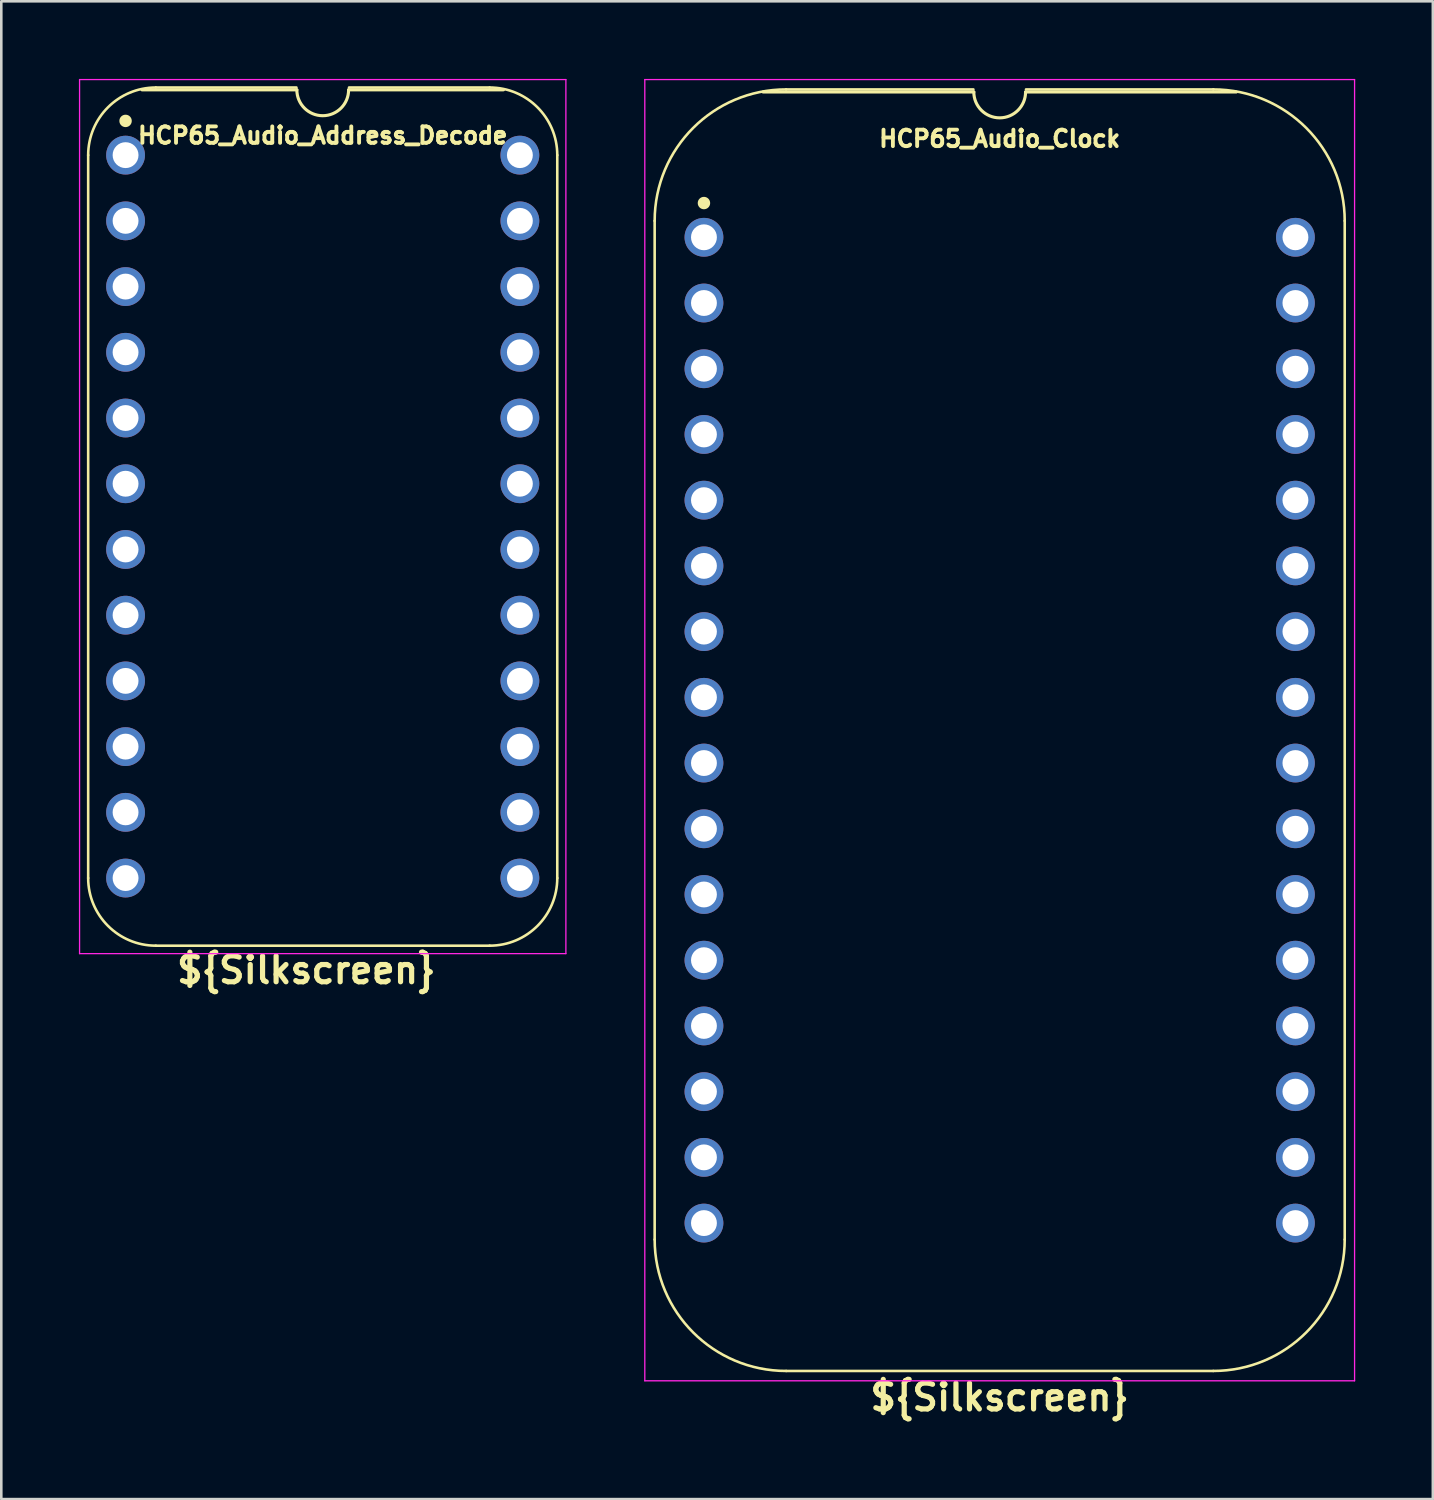
<source format=kicad_pcb>
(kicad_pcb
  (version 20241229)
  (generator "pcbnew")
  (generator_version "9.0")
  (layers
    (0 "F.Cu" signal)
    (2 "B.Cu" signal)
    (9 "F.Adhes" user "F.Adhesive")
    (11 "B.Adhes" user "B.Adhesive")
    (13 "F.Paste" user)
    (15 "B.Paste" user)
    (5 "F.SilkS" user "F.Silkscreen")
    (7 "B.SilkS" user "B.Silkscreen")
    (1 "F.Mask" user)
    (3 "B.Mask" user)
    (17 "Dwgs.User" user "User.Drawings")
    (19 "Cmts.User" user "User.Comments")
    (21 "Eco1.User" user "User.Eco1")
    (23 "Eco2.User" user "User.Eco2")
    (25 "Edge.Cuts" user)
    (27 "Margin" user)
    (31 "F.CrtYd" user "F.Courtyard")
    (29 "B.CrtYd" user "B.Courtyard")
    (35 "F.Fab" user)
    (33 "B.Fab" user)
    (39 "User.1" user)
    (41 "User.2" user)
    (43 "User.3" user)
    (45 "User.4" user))
  (footprint "HCP65_Audio_Address_Decode"
    (layer "F.Cu")
    (at 1.803 2.946)
    (property "Reference" "HCP65_Audio_Address_Decode" (at 7.62 -0.762 0) (layer "F.SilkS") (effects (font (size 0.635 0.635) (thickness 0.15))))
    (property "Silkscreen" "${Silkscreen}" (at 6.985 31.496 0) (layer "F.SilkS") (effects (font (size 1 1) (thickness 0.2))))
    (attr through_hole)
    (fp_line (start -1.445 27.94) (end -1.445 0) (stroke (width 0.1) (type solid)) (layer "F.SilkS"))
    (fp_line (start 1.168 -2.614) (end 6.604 -2.614) (stroke (width 0.1) (type solid)) (layer "F.SilkS"))
    (fp_line (start 6.62 -2.524) (end 0.635 -2.524) (stroke (width 0.12) (type solid)) (layer "F.SilkS"))
    (fp_line (start 8.636 -2.614) (end 14.072 -2.614) (stroke (width 0.1) (type solid)) (layer "F.SilkS"))
    (fp_line (start 14.072 30.554) (end 1.168 30.554) (stroke (width 0.1) (type solid)) (layer "F.SilkS"))
    (fp_line (start 14.605 -2.524) (end 8.62 -2.524) (stroke (width 0.12) (type solid)) (layer "F.SilkS"))
    (fp_line (start 16.685 27.94) (end 16.685 0) (stroke (width 0.1) (type solid)) (layer "F.SilkS"))
    (fp_arc (start -1.445332 0) (mid -0.679788 -1.848188) (end 1.1684 -2.613732) (stroke (width 0.1) (type solid)) (layer "F.SilkS"))
    (fp_arc (start 1.168401 30.553733) (mid -0.679788 29.788189) (end -1.445332 27.94) (stroke (width 0.1) (type solid)) (layer "F.SilkS"))
    (fp_arc (start 8.62 -2.524) (mid 7.62 -1.524) (end 6.62 -2.524) (stroke (width 0.12) (type solid)) (layer "F.SilkS"))
    (fp_arc (start 14.0716 -2.613732) (mid 15.919788 -1.848188) (end 16.685332 0) (stroke (width 0.1) (type solid)) (layer "F.SilkS"))
    (fp_arc (start 16.685333 27.940001) (mid 15.919788 29.788188) (end 14.071601 30.553733) (stroke (width 0.1) (type solid)) (layer "F.SilkS"))
    (fp_circle (center 0 -1.323) (end 0.18 -1.323) (stroke (width 0.12) (type solid)) (fill yes) (layer "F.SilkS"))
    (fp_line (start -1.778 -2.921) (end -1.778 30.861) (stroke (width 0.05) (type solid)) (layer "F.CrtYd"))
    (fp_line (start -1.778 -2.921) (end 17.018 -2.921) (stroke (width 0.05) (type solid)) (layer "F.CrtYd"))
    (fp_line (start -1.778 30.861) (end 17.018 30.861) (stroke (width 0.05) (type solid)) (layer "F.CrtYd"))
    (fp_line (start 17.018 -2.921) (end 17.018 30.861) (stroke (width 0.05) (type solid)) (layer "F.CrtYd"))
    (pad "1" thru_hole circle (at 0 0) (size 1.5 1.5) (drill 1) (layers "*.Cu" "*.Mask"))
    (pad "2" thru_hole circle (at 0 2.54) (size 1.5 1.5) (drill 1) (layers "*.Cu" "*.Mask"))
    (pad "3" thru_hole circle (at 0 5.08) (size 1.5 1.5) (drill 1) (layers "*.Cu" "*.Mask"))
    (pad "4" thru_hole circle (at 0 7.62) (size 1.5 1.5) (drill 1) (layers "*.Cu" "*.Mask"))
    (pad "5" thru_hole circle (at 0 10.16) (size 1.5 1.5) (drill 1) (layers "*.Cu" "*.Mask"))
    (pad "6" thru_hole circle (at 0 12.7) (size 1.5 1.5) (drill 1) (layers "*.Cu" "*.Mask"))
    (pad "7" thru_hole circle (at 0 15.24) (size 1.5 1.5) (drill 1) (layers "*.Cu" "*.Mask"))
    (pad "8" thru_hole circle (at 0 17.78) (size 1.5 1.5) (drill 1) (layers "*.Cu" "*.Mask"))
    (pad "9" thru_hole circle (at 0 20.32) (size 1.5 1.5) (drill 1) (layers "*.Cu" "*.Mask"))
    (pad "10" thru_hole circle (at 0 22.86) (size 1.5 1.5) (drill 1) (layers "*.Cu" "*.Mask"))
    (pad "11" thru_hole circle (at 0 25.4) (size 1.5 1.5) (drill 1) (layers "*.Cu" "*.Mask"))
    (pad "12" thru_hole circle (at 0 27.94) (size 1.5 1.5) (drill 1) (layers "*.Cu" "*.Mask"))
    (pad "13" thru_hole circle (at 15.24 27.94) (size 1.5 1.5) (drill 1) (layers "*.Cu" "*.Mask"))
    (pad "14" thru_hole circle (at 15.24 25.4) (size 1.5 1.5) (drill 1) (layers "*.Cu" "*.Mask"))
    (pad "15" thru_hole circle (at 15.24 22.86) (size 1.5 1.5) (drill 1) (layers "*.Cu" "*.Mask"))
    (pad "16" thru_hole circle (at 15.24 20.32) (size 1.5 1.5) (drill 1) (layers "*.Cu" "*.Mask"))
    (pad "17" thru_hole circle (at 15.24 17.78) (size 1.5 1.5) (drill 1) (layers "*.Cu" "*.Mask"))
    (pad "18" thru_hole circle (at 15.24 15.24) (size 1.5 1.5) (drill 1) (layers "*.Cu" "*.Mask"))
    (pad "19" thru_hole circle (at 15.24 12.7) (size 1.5 1.5) (drill 1) (layers "*.Cu" "*.Mask"))
    (pad "20" thru_hole circle (at 15.24 10.16) (size 1.5 1.5) (drill 1) (layers "*.Cu" "*.Mask"))
    (pad "21" thru_hole circle (at 15.24 7.62) (size 1.5 1.5) (drill 1) (layers "*.Cu" "*.Mask"))
    (pad "22" thru_hole circle (at 15.24 5.08) (size 1.5 1.5) (drill 1) (layers "*.Cu" "*.Mask"))
    (pad "23" thru_hole circle (at 15.24 2.54) (size 1.5 1.5) (drill 1) (layers "*.Cu" "*.Mask"))
    (pad "24" thru_hole circle (at 15.24 0) (size 1.5 1.5) (drill 1) (layers "*.Cu" "*.Mask")))
  (footprint "HCP65_Audio_Clock"
    (layer "F.Cu")
    (at 24.157 6.121)
    (property "Reference" "HCP65_Audio_Clock" (at 11.43 -3.81 0) (layer "F.SilkS") (effects (font (size 0.635 0.635) (thickness 0.15))))
    (property "Silkscreen" "${Silkscreen}" (at 11.43 44.831 0) (layer "F.SilkS") (effects (font (size 1 1) (thickness 0.2))))
    (attr through_hole)
    (fp_line (start -1.905 -0.635) (end -1.905 38.735) (stroke (width 0.1) (type solid)) (layer "F.SilkS"))
    (fp_line (start 10.414 -5.715) (end 3.175 -5.715) (stroke (width 0.1) (type solid)) (layer "F.SilkS"))
    (fp_line (start 10.43 -5.616) (end 2.286 -5.616) (stroke (width 0.12) (type solid)) (layer "F.SilkS"))
    (fp_line (start 19.685 -5.715) (end 12.446 -5.715) (stroke (width 0.1) (type solid)) (layer "F.SilkS"))
    (fp_line (start 19.685 43.815) (end 3.175 43.815) (stroke (width 0.1) (type solid)) (layer "F.SilkS"))
    (fp_line (start 20.574 -5.616) (end 12.43 -5.616) (stroke (width 0.12) (type solid)) (layer "F.SilkS"))
    (fp_line (start 24.765 38.735) (end 24.765 -0.635) (stroke (width 0.1) (type solid)) (layer "F.SilkS"))
    (fp_arc (start -1.905 -0.635) (mid -0.417102 -4.227102) (end 3.175 -5.715) (stroke (width 0.1) (type solid)) (layer "F.SilkS"))
    (fp_arc (start 3.175 43.815) (mid -0.417102 42.327102) (end -1.905 38.735) (stroke (width 0.1) (type solid)) (layer "F.SilkS"))
    (fp_arc (start 12.43 -5.616) (mid 11.43 -4.616) (end 10.43 -5.616) (stroke (width 0.12) (type solid)) (layer "F.SilkS"))
    (fp_arc (start 19.685 -5.715) (mid 23.277102 -4.227102) (end 24.765 -0.635) (stroke (width 0.1) (type solid)) (layer "F.SilkS"))
    (fp_arc (start 24.765 38.735) (mid 23.277102 42.327102) (end 19.685 43.815) (stroke (width 0.1) (type solid)) (layer "F.SilkS"))
    (fp_circle (center 0 -1.323) (end 0.18 -1.323) (stroke (width 0.12) (type solid)) (fill yes) (layer "F.SilkS"))
    (fp_line (start -2.286 -6.096) (end -2.286 44.196) (stroke (width 0.05) (type solid)) (layer "F.CrtYd"))
    (fp_line (start -2.286 -6.096) (end 25.146 -6.096) (stroke (width 0.05) (type solid)) (layer "F.CrtYd"))
    (fp_line (start -2.286 44.196) (end 25.146 44.196) (stroke (width 0.05) (type solid)) (layer "F.CrtYd"))
    (fp_line (start 25.146 44.196) (end 25.146 -6.096) (stroke (width 0.05) (type solid)) (layer "F.CrtYd"))
    (pad "1" thru_hole circle (at 0 0) (size 1.5 1.5) (drill 1) (layers "*.Cu" "*.Mask"))
    (pad "2" thru_hole circle (at 0 2.54) (size 1.5 1.5) (drill 1) (layers "*.Cu" "*.Mask"))
    (pad "3" thru_hole circle (at 0 5.08) (size 1.5 1.5) (drill 1) (layers "*.Cu" "*.Mask"))
    (pad "4" thru_hole circle (at 0 7.62) (size 1.5 1.5) (drill 1) (layers "*.Cu" "*.Mask"))
    (pad "5" thru_hole circle (at 0 10.16) (size 1.5 1.5) (drill 1) (layers "*.Cu" "*.Mask"))
    (pad "6" thru_hole circle (at 0 12.7) (size 1.5 1.5) (drill 1) (layers "*.Cu" "*.Mask"))
    (pad "7" thru_hole circle (at 0 15.24) (size 1.5 1.5) (drill 1) (layers "*.Cu" "*.Mask"))
    (pad "8" thru_hole circle (at 0 17.78) (size 1.5 1.5) (drill 1) (layers "*.Cu" "*.Mask"))
    (pad "9" thru_hole circle (at 0 20.32) (size 1.5 1.5) (drill 1) (layers "*.Cu" "*.Mask"))
    (pad "10" thru_hole circle (at 0 22.86) (size 1.5 1.5) (drill 1) (layers "*.Cu" "*.Mask"))
    (pad "11" thru_hole circle (at 0 25.4) (size 1.5 1.5) (drill 1) (layers "*.Cu" "*.Mask"))
    (pad "12" thru_hole circle (at 0 27.94) (size 1.5 1.5) (drill 1) (layers "*.Cu" "*.Mask"))
    (pad "13" thru_hole circle (at 0 30.48) (size 1.5 1.5) (drill 1) (layers "*.Cu" "*.Mask"))
    (pad "14" thru_hole circle (at 0 33.02) (size 1.5 1.5) (drill 1) (layers "*.Cu" "*.Mask"))
    (pad "15" thru_hole circle (at 0 35.56) (size 1.5 1.5) (drill 1) (layers "*.Cu" "*.Mask"))
    (pad "16" thru_hole circle (at 0 38.1) (size 1.5 1.5) (drill 1) (layers "*.Cu" "*.Mask"))
    (pad "17" thru_hole circle (at 22.86 38.1) (size 1.5 1.5) (drill 1) (layers "*.Cu" "*.Mask"))
    (pad "18" thru_hole circle (at 22.86 35.56) (size 1.5 1.5) (drill 1) (layers "*.Cu" "*.Mask"))
    (pad "19" thru_hole circle (at 22.86 33.02) (size 1.5 1.5) (drill 1) (layers "*.Cu" "*.Mask"))
    (pad "20" thru_hole circle (at 22.86 30.48) (size 1.5 1.5) (drill 1) (layers "*.Cu" "*.Mask"))
    (pad "21" thru_hole circle (at 22.86 27.94) (size 1.5 1.5) (drill 1) (layers "*.Cu" "*.Mask"))
    (pad "22" thru_hole circle (at 22.86 25.4) (size 1.5 1.5) (drill 1) (layers "*.Cu" "*.Mask"))
    (pad "23" thru_hole circle (at 22.86 22.86) (size 1.5 1.5) (drill 1) (layers "*.Cu" "*.Mask"))
    (pad "24" thru_hole circle (at 22.86 20.32) (size 1.5 1.5) (drill 1) (layers "*.Cu" "*.Mask"))
    (pad "25" thru_hole circle (at 22.86 17.78) (size 1.5 1.5) (drill 1) (layers "*.Cu" "*.Mask"))
    (pad "26" thru_hole circle (at 22.86 15.24) (size 1.5 1.5) (drill 1) (layers "*.Cu" "*.Mask"))
    (pad "27" thru_hole circle (at 22.86 12.7) (size 1.5 1.5) (drill 1) (layers "*.Cu" "*.Mask"))
    (pad "28" thru_hole circle (at 22.86 10.16) (size 1.5 1.5) (drill 1) (layers "*.Cu" "*.Mask"))
    (pad "29" thru_hole circle (at 22.86 7.62) (size 1.5 1.5) (drill 1) (layers "*.Cu" "*.Mask"))
    (pad "30" thru_hole circle (at 22.86 5.08) (size 1.5 1.5) (drill 1) (layers "*.Cu" "*.Mask"))
    (pad "31" thru_hole circle (at 22.86 2.54) (size 1.5 1.5) (drill 1) (layers "*.Cu" "*.Mask"))
    (pad "32" thru_hole circle (at 22.86 0) (size 1.5 1.5) (drill 1) (layers "*.Cu" "*.Mask")))
  (gr_rect
    (start -3 -3)
    (end 52.328 54.888)
    (stroke (width 0.1) (type default))
    (fill no)
    (layer "Edge.Cuts")))
</source>
